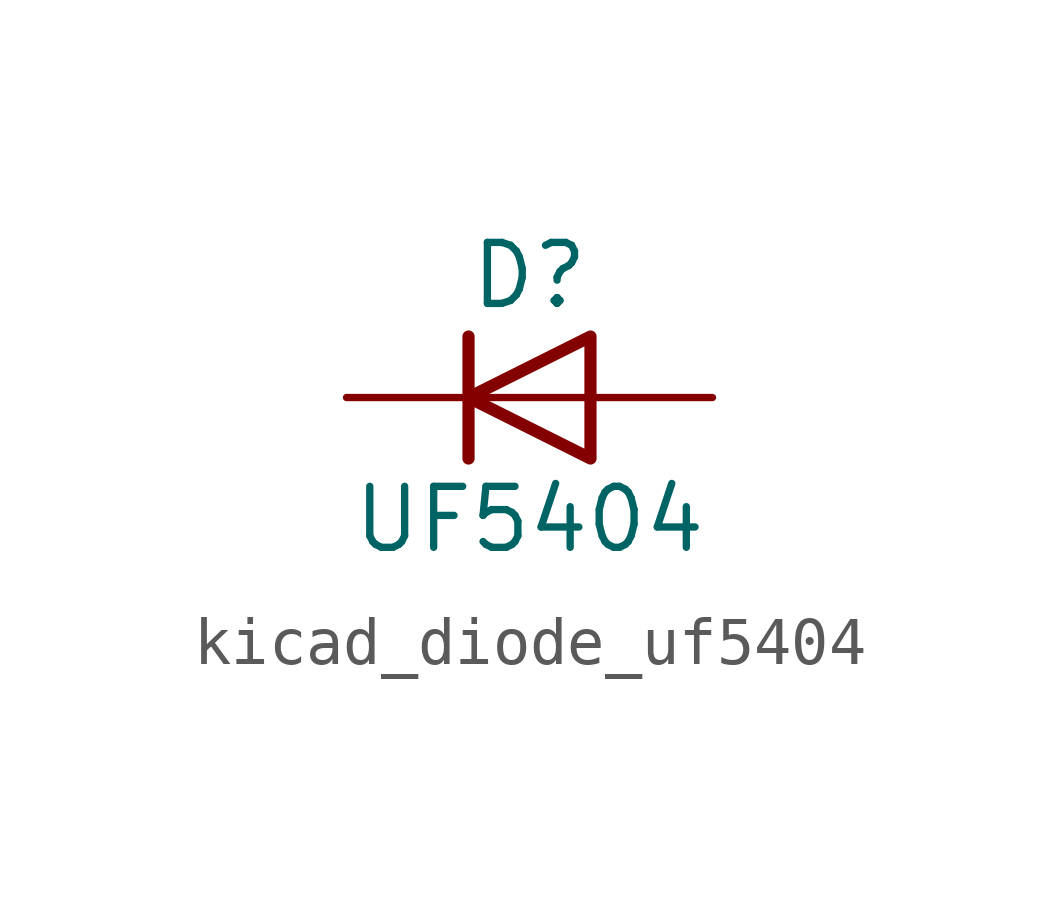
<source format=kicad_sym>
(kicad_symbol_lib
  (version 20220914)
  (generator kicad_symbol_editor)
  (symbol "kicad_diode_uf5404"
    (pin_numbers hide)
    (pin_names hide)
    (property "Reference" "D"
      (at 0 2.54 0)
      (effects (font (size 1.27 1.27))))
    (property "Value" "UF5404"
      (at 0 -2.54 0)
      (effects (font (size 1.27 1.27))))
    (symbol "kicad_diode_uf5404_0_1"
      (polyline (pts (xy -1.27 1.27) (xy -1.27 -1.27)) (stroke (width 0.254) (type default)) (fill (type none)))
      (polyline (pts (xy 1.27 0) (xy -1.27 0)) (stroke (width 0) (type default)) (fill (type none)))
      (polyline (pts (xy 1.27 1.27) (xy 1.27 -1.27) (xy -1.27 0) (xy 1.27 1.27)) (stroke (width 0.254) (type default)) (fill (type none))))
    (symbol "kicad_diode_uf5404_1_1"
      (pin passive line (at -3.81 0 0) (length 2.54) (name "K" (effects (font (size 1.27 1.27)))) (number "1" (effects (font (size 1.27 1.27)))))
      (pin passive line (at 3.81 0 180) (length 2.54) (name "A" (effects (font (size 1.27 1.27)))) (number "2" (effects (font (size 1.27 1.27))))))))
</source>
